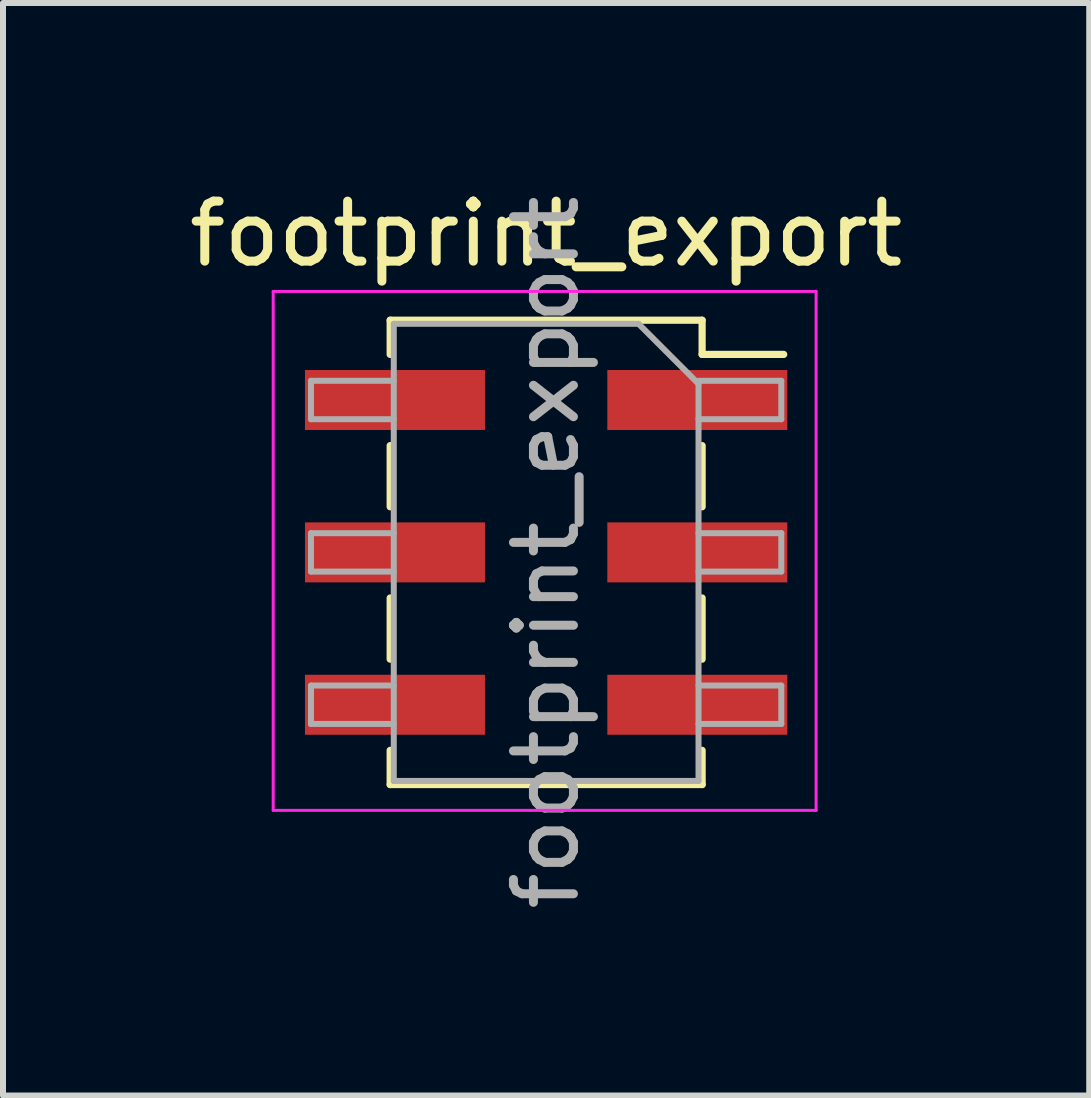
<source format=kicad_pcb>
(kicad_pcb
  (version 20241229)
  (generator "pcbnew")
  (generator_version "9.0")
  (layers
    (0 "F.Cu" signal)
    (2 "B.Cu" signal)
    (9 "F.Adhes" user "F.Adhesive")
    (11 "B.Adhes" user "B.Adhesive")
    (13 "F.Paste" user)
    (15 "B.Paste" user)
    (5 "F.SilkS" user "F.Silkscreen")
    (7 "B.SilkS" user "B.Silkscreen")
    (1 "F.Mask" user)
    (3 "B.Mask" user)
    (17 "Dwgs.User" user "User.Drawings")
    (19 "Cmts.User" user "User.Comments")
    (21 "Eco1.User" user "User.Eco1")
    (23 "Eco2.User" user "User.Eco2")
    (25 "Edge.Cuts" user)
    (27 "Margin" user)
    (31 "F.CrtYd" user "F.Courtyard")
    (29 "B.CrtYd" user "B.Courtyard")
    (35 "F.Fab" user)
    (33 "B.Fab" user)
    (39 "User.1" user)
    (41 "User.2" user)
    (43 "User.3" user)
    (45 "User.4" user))
  (footprint "footprint_export"
    (layer "F.Cu")
    (at 6.054 6.158)
    (property "Reference" "footprint_export" (at 0 -5.31 0) (layer "F.SilkS") (effects (font (size 1 1) (thickness 0.15))))
    (attr smd)
    (fp_line (start -2.6 -3.87) (end -2.6 -3.3) (stroke (width 0.12) (type solid)) (layer "F.SilkS"))
    (fp_line (start -2.6 -3.87) (end 2.6 -3.87) (stroke (width 0.12) (type solid)) (layer "F.SilkS"))
    (fp_line (start -2.6 -1.78) (end -2.6 -0.76) (stroke (width 0.12) (type solid)) (layer "F.SilkS"))
    (fp_line (start -2.6 0.76) (end -2.6 1.78) (stroke (width 0.12) (type solid)) (layer "F.SilkS"))
    (fp_line (start -2.6 3.3) (end -2.6 3.87) (stroke (width 0.12) (type solid)) (layer "F.SilkS"))
    (fp_line (start -2.6 3.87) (end 2.6 3.87) (stroke (width 0.12) (type solid)) (layer "F.SilkS"))
    (fp_line (start 2.6 -3.87) (end 2.6 -3.3) (stroke (width 0.12) (type solid)) (layer "F.SilkS"))
    (fp_line (start 2.6 -3.3) (end 3.96 -3.3) (stroke (width 0.12) (type solid)) (layer "F.SilkS"))
    (fp_line (start 2.6 -1.78) (end 2.6 -0.76) (stroke (width 0.12) (type solid)) (layer "F.SilkS"))
    (fp_line (start 2.6 0.76) (end 2.6 1.78) (stroke (width 0.12) (type solid)) (layer "F.SilkS"))
    (fp_line (start 2.6 3.3) (end 2.6 3.87) (stroke (width 0.12) (type solid)) (layer "F.SilkS"))
    (fp_line (start -4.55 -4.35) (end 4.5 -4.35) (stroke (width 0.05) (type solid)) (layer "F.CrtYd"))
    (fp_line (start -4.55 4.3) (end -4.55 -4.35) (stroke (width 0.05) (type solid)) (layer "F.CrtYd"))
    (fp_line (start 4.5 -4.35) (end 4.5 4.3) (stroke (width 0.05) (type solid)) (layer "F.CrtYd"))
    (fp_line (start 4.5 4.3) (end -4.55 4.3) (stroke (width 0.05) (type solid)) (layer "F.CrtYd"))
    (fp_line (start -3.92 -2.86) (end -2.54 -2.86) (stroke (width 0.1) (type solid)) (layer "F.Fab"))
    (fp_line (start -3.92 -2.22) (end -3.92 -2.86) (stroke (width 0.1) (type solid)) (layer "F.Fab"))
    (fp_line (start -3.92 -0.32) (end -2.54 -0.32) (stroke (width 0.1) (type solid)) (layer "F.Fab"))
    (fp_line (start -3.92 0.32) (end -3.92 -0.32) (stroke (width 0.1) (type solid)) (layer "F.Fab"))
    (fp_line (start -3.92 2.22) (end -2.54 2.22) (stroke (width 0.1) (type solid)) (layer "F.Fab"))
    (fp_line (start -3.92 2.86) (end -3.92 2.22) (stroke (width 0.1) (type solid)) (layer "F.Fab"))
    (fp_line (start -2.54 -3.81) (end 1.54 -3.81) (stroke (width 0.1) (type solid)) (layer "F.Fab"))
    (fp_line (start -2.54 -2.22) (end -3.92 -2.22) (stroke (width 0.1) (type solid)) (layer "F.Fab"))
    (fp_line (start -2.54 0.32) (end -3.92 0.32) (stroke (width 0.1) (type solid)) (layer "F.Fab"))
    (fp_line (start -2.54 2.86) (end -3.92 2.86) (stroke (width 0.1) (type solid)) (layer "F.Fab"))
    (fp_line (start -2.54 3.81) (end -2.54 -3.81) (stroke (width 0.1) (type solid)) (layer "F.Fab"))
    (fp_line (start 1.54 -3.81) (end 2.54 -2.81) (stroke (width 0.1) (type solid)) (layer "F.Fab"))
    (fp_line (start 2.54 -2.86) (end 3.92 -2.86) (stroke (width 0.1) (type solid)) (layer "F.Fab"))
    (fp_line (start 2.54 -2.81) (end 2.54 3.81) (stroke (width 0.1) (type solid)) (layer "F.Fab"))
    (fp_line (start 2.54 -0.32) (end 3.92 -0.32) (stroke (width 0.1) (type solid)) (layer "F.Fab"))
    (fp_line (start 2.54 2.22) (end 3.92 2.22) (stroke (width 0.1) (type solid)) (layer "F.Fab"))
    (fp_line (start 2.54 3.81) (end -2.54 3.81) (stroke (width 0.1) (type solid)) (layer "F.Fab"))
    (fp_line (start 3.92 -2.86) (end 3.92 -2.22) (stroke (width 0.1) (type solid)) (layer "F.Fab"))
    (fp_line (start 3.92 -2.22) (end 2.54 -2.22) (stroke (width 0.1) (type solid)) (layer "F.Fab"))
    (fp_line (start 3.92 -0.32) (end 3.92 0.32) (stroke (width 0.1) (type solid)) (layer "F.Fab"))
    (fp_line (start 3.92 0.32) (end 2.54 0.32) (stroke (width 0.1) (type solid)) (layer "F.Fab"))
    (fp_line (start 3.92 2.22) (end 3.92 2.86) (stroke (width 0.1) (type solid)) (layer "F.Fab"))
    (fp_line (start 3.92 2.86) (end 2.54 2.86) (stroke (width 0.1) (type solid)) (layer "F.Fab"))
    (fp_text user "${REFERENCE}" (at 0 0 90) (layer "F.Fab") (effects (font (size 1 1) (thickness 0.15))))
    (pad "1" smd rect (at 2.52 -2.54) (size 3 1) (layers "F.Cu" "F.Mask" "F.Paste"))
    (pad "2" smd rect (at -2.52 -2.54) (size 3 1) (layers "F.Cu" "F.Mask" "F.Paste"))
    (pad "3" smd rect (at 2.52 0) (size 3 1) (layers "F.Cu" "F.Mask" "F.Paste"))
    (pad "4" smd rect (at -2.52 0) (size 3 1) (layers "F.Cu" "F.Mask" "F.Paste"))
    (pad "5" smd rect (at 2.52 2.54) (size 3 1) (layers "F.Cu" "F.Mask" "F.Paste"))
    (pad "6" smd rect (at -2.52 2.54) (size 3 1) (layers "F.Cu" "F.Mask" "F.Paste")))
  (gr_rect
    (start -3 -3)
    (end 15.107 15.212)
    (stroke (width 0.1) (type default))
    (fill no)
    (layer "Edge.Cuts")))
</source>
